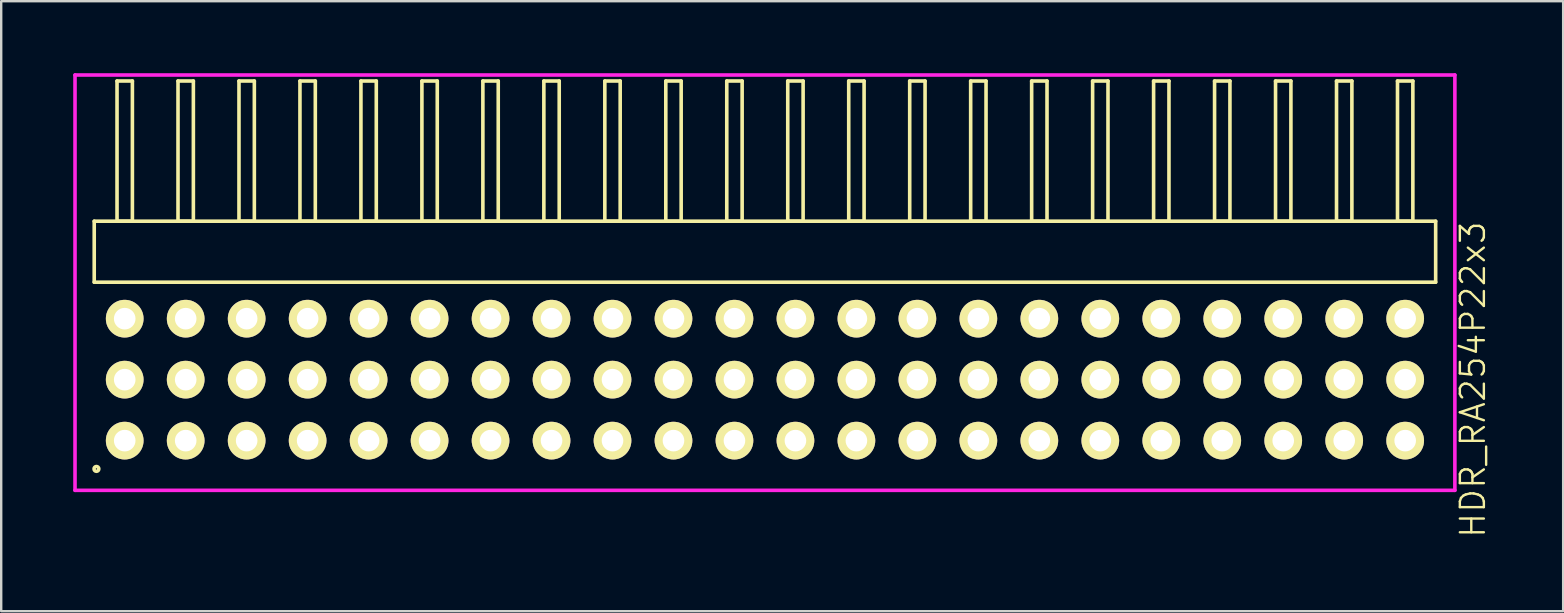
<source format=kicad_pcb>
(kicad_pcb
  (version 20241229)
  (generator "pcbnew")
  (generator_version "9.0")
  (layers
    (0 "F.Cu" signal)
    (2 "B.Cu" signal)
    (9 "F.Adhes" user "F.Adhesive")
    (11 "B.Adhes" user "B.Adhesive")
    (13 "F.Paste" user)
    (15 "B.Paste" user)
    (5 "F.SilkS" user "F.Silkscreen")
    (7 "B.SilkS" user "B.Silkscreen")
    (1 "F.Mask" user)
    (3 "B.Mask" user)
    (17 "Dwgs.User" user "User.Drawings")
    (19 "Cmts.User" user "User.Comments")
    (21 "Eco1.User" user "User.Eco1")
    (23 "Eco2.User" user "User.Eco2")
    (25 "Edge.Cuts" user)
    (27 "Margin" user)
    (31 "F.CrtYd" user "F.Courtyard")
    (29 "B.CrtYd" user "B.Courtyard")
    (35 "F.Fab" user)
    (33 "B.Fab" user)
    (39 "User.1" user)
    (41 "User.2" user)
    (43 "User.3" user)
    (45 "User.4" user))
  (footprint "HDR_RA254P22x3"
    (layer "F.Cu")
    (at 28.815 12.765)
    (property "Reference" "HDR_RA254P22x3" (at 29.49 0 90) (layer "F.SilkS") (effects (font (size 1 1) (thickness 0.1))))
    (attr through_hole)
    (fp_line (start -27.94 -6.6) (end -27.94 -4.06) (stroke (width 0.15) (type solid)) (layer "F.SilkS"))
    (fp_line (start -27.94 -4.06) (end 27.94 -4.06) (stroke (width 0.15) (type solid)) (layer "F.SilkS"))
    (fp_line (start -26.99 -12.44) (end -26.99 -6.6) (stroke (width 0.15) (type solid)) (layer "F.SilkS"))
    (fp_line (start -26.99 -6.6) (end -26.35 -6.6) (stroke (width 0.15) (type solid)) (layer "F.SilkS"))
    (fp_line (start -26.35 -12.44) (end -26.99 -12.44) (stroke (width 0.15) (type solid)) (layer "F.SilkS"))
    (fp_line (start -26.35 -6.6) (end -26.35 -12.44) (stroke (width 0.15) (type solid)) (layer "F.SilkS"))
    (fp_line (start -24.45 -12.44) (end -24.45 -6.6) (stroke (width 0.15) (type solid)) (layer "F.SilkS"))
    (fp_line (start -24.45 -6.6) (end -23.81 -6.6) (stroke (width 0.15) (type solid)) (layer "F.SilkS"))
    (fp_line (start -23.81 -12.44) (end -24.45 -12.44) (stroke (width 0.15) (type solid)) (layer "F.SilkS"))
    (fp_line (start -23.81 -6.6) (end -23.81 -12.44) (stroke (width 0.15) (type solid)) (layer "F.SilkS"))
    (fp_line (start -21.91 -12.44) (end -21.91 -6.6) (stroke (width 0.15) (type solid)) (layer "F.SilkS"))
    (fp_line (start -21.91 -6.6) (end -21.27 -6.6) (stroke (width 0.15) (type solid)) (layer "F.SilkS"))
    (fp_line (start -21.27 -12.44) (end -21.91 -12.44) (stroke (width 0.15) (type solid)) (layer "F.SilkS"))
    (fp_line (start -21.27 -6.6) (end -21.27 -12.44) (stroke (width 0.15) (type solid)) (layer "F.SilkS"))
    (fp_line (start -19.37 -12.44) (end -19.37 -6.6) (stroke (width 0.15) (type solid)) (layer "F.SilkS"))
    (fp_line (start -19.37 -6.6) (end -18.73 -6.6) (stroke (width 0.15) (type solid)) (layer "F.SilkS"))
    (fp_line (start -18.73 -12.44) (end -19.37 -12.44) (stroke (width 0.15) (type solid)) (layer "F.SilkS"))
    (fp_line (start -18.73 -6.6) (end -18.73 -12.44) (stroke (width 0.15) (type solid)) (layer "F.SilkS"))
    (fp_line (start -16.83 -12.44) (end -16.83 -6.6) (stroke (width 0.15) (type solid)) (layer "F.SilkS"))
    (fp_line (start -16.83 -6.6) (end -16.19 -6.6) (stroke (width 0.15) (type solid)) (layer "F.SilkS"))
    (fp_line (start -16.19 -12.44) (end -16.83 -12.44) (stroke (width 0.15) (type solid)) (layer "F.SilkS"))
    (fp_line (start -16.19 -6.6) (end -16.19 -12.44) (stroke (width 0.15) (type solid)) (layer "F.SilkS"))
    (fp_line (start -14.29 -12.44) (end -14.29 -6.6) (stroke (width 0.15) (type solid)) (layer "F.SilkS"))
    (fp_line (start -14.29 -6.6) (end -13.65 -6.6) (stroke (width 0.15) (type solid)) (layer "F.SilkS"))
    (fp_line (start -13.65 -12.44) (end -14.29 -12.44) (stroke (width 0.15) (type solid)) (layer "F.SilkS"))
    (fp_line (start -13.65 -6.6) (end -13.65 -12.44) (stroke (width 0.15) (type solid)) (layer "F.SilkS"))
    (fp_line (start -11.75 -12.44) (end -11.75 -6.6) (stroke (width 0.15) (type solid)) (layer "F.SilkS"))
    (fp_line (start -11.75 -6.6) (end -11.11 -6.6) (stroke (width 0.15) (type solid)) (layer "F.SilkS"))
    (fp_line (start -11.11 -12.44) (end -11.75 -12.44) (stroke (width 0.15) (type solid)) (layer "F.SilkS"))
    (fp_line (start -11.11 -6.6) (end -11.11 -12.44) (stroke (width 0.15) (type solid)) (layer "F.SilkS"))
    (fp_line (start -9.21 -12.44) (end -9.21 -6.6) (stroke (width 0.15) (type solid)) (layer "F.SilkS"))
    (fp_line (start -9.21 -6.6) (end -8.57 -6.6) (stroke (width 0.15) (type solid)) (layer "F.SilkS"))
    (fp_line (start -8.57 -12.44) (end -9.21 -12.44) (stroke (width 0.15) (type solid)) (layer "F.SilkS"))
    (fp_line (start -8.57 -6.6) (end -8.57 -12.44) (stroke (width 0.15) (type solid)) (layer "F.SilkS"))
    (fp_line (start -6.67 -12.44) (end -6.67 -6.6) (stroke (width 0.15) (type solid)) (layer "F.SilkS"))
    (fp_line (start -6.67 -6.6) (end -6.03 -6.6) (stroke (width 0.15) (type solid)) (layer "F.SilkS"))
    (fp_line (start -6.03 -12.44) (end -6.67 -12.44) (stroke (width 0.15) (type solid)) (layer "F.SilkS"))
    (fp_line (start -6.03 -6.6) (end -6.03 -12.44) (stroke (width 0.15) (type solid)) (layer "F.SilkS"))
    (fp_line (start -4.13 -12.44) (end -4.13 -6.6) (stroke (width 0.15) (type solid)) (layer "F.SilkS"))
    (fp_line (start -4.13 -6.6) (end -3.49 -6.6) (stroke (width 0.15) (type solid)) (layer "F.SilkS"))
    (fp_line (start -3.49 -12.44) (end -4.13 -12.44) (stroke (width 0.15) (type solid)) (layer "F.SilkS"))
    (fp_line (start -3.49 -6.6) (end -3.49 -12.44) (stroke (width 0.15) (type solid)) (layer "F.SilkS"))
    (fp_line (start -1.59 -12.44) (end -1.59 -6.6) (stroke (width 0.15) (type solid)) (layer "F.SilkS"))
    (fp_line (start -1.59 -6.6) (end -0.95 -6.6) (stroke (width 0.15) (type solid)) (layer "F.SilkS"))
    (fp_line (start -0.95 -12.44) (end -1.59 -12.44) (stroke (width 0.15) (type solid)) (layer "F.SilkS"))
    (fp_line (start -0.95 -6.6) (end -0.95 -12.44) (stroke (width 0.15) (type solid)) (layer "F.SilkS"))
    (fp_line (start 0.95 -12.44) (end 0.95 -6.6) (stroke (width 0.15) (type solid)) (layer "F.SilkS"))
    (fp_line (start 0.95 -6.6) (end 1.59 -6.6) (stroke (width 0.15) (type solid)) (layer "F.SilkS"))
    (fp_line (start 1.59 -12.44) (end 0.95 -12.44) (stroke (width 0.15) (type solid)) (layer "F.SilkS"))
    (fp_line (start 1.59 -6.6) (end 1.59 -12.44) (stroke (width 0.15) (type solid)) (layer "F.SilkS"))
    (fp_line (start 3.49 -12.44) (end 3.49 -6.6) (stroke (width 0.15) (type solid)) (layer "F.SilkS"))
    (fp_line (start 3.49 -6.6) (end 4.13 -6.6) (stroke (width 0.15) (type solid)) (layer "F.SilkS"))
    (fp_line (start 4.13 -12.44) (end 3.49 -12.44) (stroke (width 0.15) (type solid)) (layer "F.SilkS"))
    (fp_line (start 4.13 -6.6) (end 4.13 -12.44) (stroke (width 0.15) (type solid)) (layer "F.SilkS"))
    (fp_line (start 6.03 -12.44) (end 6.03 -6.6) (stroke (width 0.15) (type solid)) (layer "F.SilkS"))
    (fp_line (start 6.03 -6.6) (end 6.67 -6.6) (stroke (width 0.15) (type solid)) (layer "F.SilkS"))
    (fp_line (start 6.67 -12.44) (end 6.03 -12.44) (stroke (width 0.15) (type solid)) (layer "F.SilkS"))
    (fp_line (start 6.67 -6.6) (end 6.67 -12.44) (stroke (width 0.15) (type solid)) (layer "F.SilkS"))
    (fp_line (start 8.57 -12.44) (end 8.57 -6.6) (stroke (width 0.15) (type solid)) (layer "F.SilkS"))
    (fp_line (start 8.57 -6.6) (end 9.21 -6.6) (stroke (width 0.15) (type solid)) (layer "F.SilkS"))
    (fp_line (start 9.21 -12.44) (end 8.57 -12.44) (stroke (width 0.15) (type solid)) (layer "F.SilkS"))
    (fp_line (start 9.21 -6.6) (end 9.21 -12.44) (stroke (width 0.15) (type solid)) (layer "F.SilkS"))
    (fp_line (start 11.11 -12.44) (end 11.11 -6.6) (stroke (width 0.15) (type solid)) (layer "F.SilkS"))
    (fp_line (start 11.11 -6.6) (end 11.75 -6.6) (stroke (width 0.15) (type solid)) (layer "F.SilkS"))
    (fp_line (start 11.75 -12.44) (end 11.11 -12.44) (stroke (width 0.15) (type solid)) (layer "F.SilkS"))
    (fp_line (start 11.75 -6.6) (end 11.75 -12.44) (stroke (width 0.15) (type solid)) (layer "F.SilkS"))
    (fp_line (start 13.65 -12.44) (end 13.65 -6.6) (stroke (width 0.15) (type solid)) (layer "F.SilkS"))
    (fp_line (start 13.65 -6.6) (end 14.29 -6.6) (stroke (width 0.15) (type solid)) (layer "F.SilkS"))
    (fp_line (start 14.29 -12.44) (end 13.65 -12.44) (stroke (width 0.15) (type solid)) (layer "F.SilkS"))
    (fp_line (start 14.29 -6.6) (end 14.29 -12.44) (stroke (width 0.15) (type solid)) (layer "F.SilkS"))
    (fp_line (start 16.19 -12.44) (end 16.19 -6.6) (stroke (width 0.15) (type solid)) (layer "F.SilkS"))
    (fp_line (start 16.19 -6.6) (end 16.83 -6.6) (stroke (width 0.15) (type solid)) (layer "F.SilkS"))
    (fp_line (start 16.83 -12.44) (end 16.19 -12.44) (stroke (width 0.15) (type solid)) (layer "F.SilkS"))
    (fp_line (start 16.83 -6.6) (end 16.83 -12.44) (stroke (width 0.15) (type solid)) (layer "F.SilkS"))
    (fp_line (start 18.73 -12.44) (end 18.73 -6.6) (stroke (width 0.15) (type solid)) (layer "F.SilkS"))
    (fp_line (start 18.73 -6.6) (end 19.37 -6.6) (stroke (width 0.15) (type solid)) (layer "F.SilkS"))
    (fp_line (start 19.37 -12.44) (end 18.73 -12.44) (stroke (width 0.15) (type solid)) (layer "F.SilkS"))
    (fp_line (start 19.37 -6.6) (end 19.37 -12.44) (stroke (width 0.15) (type solid)) (layer "F.SilkS"))
    (fp_line (start 21.27 -12.44) (end 21.27 -6.6) (stroke (width 0.15) (type solid)) (layer "F.SilkS"))
    (fp_line (start 21.27 -6.6) (end 21.91 -6.6) (stroke (width 0.15) (type solid)) (layer "F.SilkS"))
    (fp_line (start 21.91 -12.44) (end 21.27 -12.44) (stroke (width 0.15) (type solid)) (layer "F.SilkS"))
    (fp_line (start 21.91 -6.6) (end 21.91 -12.44) (stroke (width 0.15) (type solid)) (layer "F.SilkS"))
    (fp_line (start 23.81 -12.44) (end 23.81 -6.6) (stroke (width 0.15) (type solid)) (layer "F.SilkS"))
    (fp_line (start 23.81 -6.6) (end 24.45 -6.6) (stroke (width 0.15) (type solid)) (layer "F.SilkS"))
    (fp_line (start 24.45 -12.44) (end 23.81 -12.44) (stroke (width 0.15) (type solid)) (layer "F.SilkS"))
    (fp_line (start 24.45 -6.6) (end 24.45 -12.44) (stroke (width 0.15) (type solid)) (layer "F.SilkS"))
    (fp_line (start 26.35 -12.44) (end 26.35 -6.6) (stroke (width 0.15) (type solid)) (layer "F.SilkS"))
    (fp_line (start 26.35 -6.6) (end 26.99 -6.6) (stroke (width 0.15) (type solid)) (layer "F.SilkS"))
    (fp_line (start 26.99 -12.44) (end 26.35 -12.44) (stroke (width 0.15) (type solid)) (layer "F.SilkS"))
    (fp_line (start 26.99 -6.6) (end 26.99 -12.44) (stroke (width 0.15) (type solid)) (layer "F.SilkS"))
    (fp_line (start 27.94 -6.6) (end -27.94 -6.6) (stroke (width 0.15) (type solid)) (layer "F.SilkS"))
    (fp_line (start 27.94 -4.06) (end 27.94 -6.6) (stroke (width 0.15) (type solid)) (layer "F.SilkS"))
    (fp_circle (center -27.848 3.718) (end -27.748 3.718) (stroke (width 0.15) (type solid)) (fill no) (layer "F.SilkS"))
    (fp_line (start -28.74 -12.69) (end -28.74 4.61) (stroke (width 0.15) (type solid)) (layer "F.CrtYd"))
    (fp_line (start -28.74 4.61) (end 28.74 4.61) (stroke (width 0.15) (type solid)) (layer "F.CrtYd"))
    (fp_line (start 28.74 -12.69) (end -28.74 -12.69) (stroke (width 0.15) (type solid)) (layer "F.CrtYd"))
    (fp_line (start 28.74 4.61) (end 28.74 -12.69) (stroke (width 0.15) (type solid)) (layer "F.CrtYd"))
    (pad "1" thru_hole oval (at -26.67 2.54) (size 1.57 1.57) (drill 0.9) (layers "*.Cu" "*.Mask" "F.SilkS"))
    (pad "2" thru_hole oval (at -26.67 0) (size 1.57 1.57) (drill 0.9) (layers "*.Cu" "*.Mask" "F.SilkS"))
    (pad "3" thru_hole oval (at -26.67 -2.54) (size 1.57 1.57) (drill 0.9) (layers "*.Cu" "*.Mask" "F.SilkS"))
    (pad "4" thru_hole oval (at -24.13 2.54) (size 1.57 1.57) (drill 0.9) (layers "*.Cu" "*.Mask" "F.SilkS"))
    (pad "5" thru_hole oval (at -24.13 0) (size 1.57 1.57) (drill 0.9) (layers "*.Cu" "*.Mask" "F.SilkS"))
    (pad "6" thru_hole oval (at -24.13 -2.54) (size 1.57 1.57) (drill 0.9) (layers "*.Cu" "*.Mask" "F.SilkS"))
    (pad "7" thru_hole oval (at -21.59 2.54) (size 1.57 1.57) (drill 0.9) (layers "*.Cu" "*.Mask" "F.SilkS"))
    (pad "8" thru_hole oval (at -21.59 0) (size 1.57 1.57) (drill 0.9) (layers "*.Cu" "*.Mask" "F.SilkS"))
    (pad "9" thru_hole oval (at -21.59 -2.54) (size 1.57 1.57) (drill 0.9) (layers "*.Cu" "*.Mask" "F.SilkS"))
    (pad "10" thru_hole oval (at -19.05 2.54) (size 1.57 1.57) (drill 0.9) (layers "*.Cu" "*.Mask" "F.SilkS"))
    (pad "11" thru_hole oval (at -19.05 0) (size 1.57 1.57) (drill 0.9) (layers "*.Cu" "*.Mask" "F.SilkS"))
    (pad "12" thru_hole oval (at -19.05 -2.54) (size 1.57 1.57) (drill 0.9) (layers "*.Cu" "*.Mask" "F.SilkS"))
    (pad "13" thru_hole oval (at -16.51 2.54) (size 1.57 1.57) (drill 0.9) (layers "*.Cu" "*.Mask" "F.SilkS"))
    (pad "14" thru_hole oval (at -16.51 0) (size 1.57 1.57) (drill 0.9) (layers "*.Cu" "*.Mask" "F.SilkS"))
    (pad "15" thru_hole oval (at -16.51 -2.54) (size 1.57 1.57) (drill 0.9) (layers "*.Cu" "*.Mask" "F.SilkS"))
    (pad "16" thru_hole oval (at -13.97 2.54) (size 1.57 1.57) (drill 0.9) (layers "*.Cu" "*.Mask" "F.SilkS"))
    (pad "17" thru_hole oval (at -13.97 0) (size 1.57 1.57) (drill 0.9) (layers "*.Cu" "*.Mask" "F.SilkS"))
    (pad "18" thru_hole oval (at -13.97 -2.54) (size 1.57 1.57) (drill 0.9) (layers "*.Cu" "*.Mask" "F.SilkS"))
    (pad "19" thru_hole oval (at -11.43 2.54) (size 1.57 1.57) (drill 0.9) (layers "*.Cu" "*.Mask" "F.SilkS"))
    (pad "20" thru_hole oval (at -11.43 0) (size 1.57 1.57) (drill 0.9) (layers "*.Cu" "*.Mask" "F.SilkS"))
    (pad "21" thru_hole oval (at -11.43 -2.54) (size 1.57 1.57) (drill 0.9) (layers "*.Cu" "*.Mask" "F.SilkS"))
    (pad "22" thru_hole oval (at -8.89 2.54) (size 1.57 1.57) (drill 0.9) (layers "*.Cu" "*.Mask" "F.SilkS"))
    (pad "23" thru_hole oval (at -8.89 0) (size 1.57 1.57) (drill 0.9) (layers "*.Cu" "*.Mask" "F.SilkS"))
    (pad "24" thru_hole oval (at -8.89 -2.54) (size 1.57 1.57) (drill 0.9) (layers "*.Cu" "*.Mask" "F.SilkS"))
    (pad "25" thru_hole oval (at -6.35 2.54) (size 1.57 1.57) (drill 0.9) (layers "*.Cu" "*.Mask" "F.SilkS"))
    (pad "26" thru_hole oval (at -6.35 0) (size 1.57 1.57) (drill 0.9) (layers "*.Cu" "*.Mask" "F.SilkS"))
    (pad "27" thru_hole oval (at -6.35 -2.54) (size 1.57 1.57) (drill 0.9) (layers "*.Cu" "*.Mask" "F.SilkS"))
    (pad "28" thru_hole oval (at -3.81 2.54) (size 1.57 1.57) (drill 0.9) (layers "*.Cu" "*.Mask" "F.SilkS"))
    (pad "29" thru_hole oval (at -3.81 0) (size 1.57 1.57) (drill 0.9) (layers "*.Cu" "*.Mask" "F.SilkS"))
    (pad "30" thru_hole oval (at -3.81 -2.54) (size 1.57 1.57) (drill 0.9) (layers "*.Cu" "*.Mask" "F.SilkS"))
    (pad "31" thru_hole oval (at -1.27 2.54) (size 1.57 1.57) (drill 0.9) (layers "*.Cu" "*.Mask" "F.SilkS"))
    (pad "32" thru_hole oval (at -1.27 0) (size 1.57 1.57) (drill 0.9) (layers "*.Cu" "*.Mask" "F.SilkS"))
    (pad "33" thru_hole oval (at -1.27 -2.54) (size 1.57 1.57) (drill 0.9) (layers "*.Cu" "*.Mask" "F.SilkS"))
    (pad "34" thru_hole oval (at 1.27 2.54) (size 1.57 1.57) (drill 0.9) (layers "*.Cu" "*.Mask" "F.SilkS"))
    (pad "35" thru_hole oval (at 1.27 0) (size 1.57 1.57) (drill 0.9) (layers "*.Cu" "*.Mask" "F.SilkS"))
    (pad "36" thru_hole oval (at 1.27 -2.54) (size 1.57 1.57) (drill 0.9) (layers "*.Cu" "*.Mask" "F.SilkS"))
    (pad "37" thru_hole oval (at 3.81 2.54) (size 1.57 1.57) (drill 0.9) (layers "*.Cu" "*.Mask" "F.SilkS"))
    (pad "38" thru_hole oval (at 3.81 0) (size 1.57 1.57) (drill 0.9) (layers "*.Cu" "*.Mask" "F.SilkS"))
    (pad "39" thru_hole oval (at 3.81 -2.54) (size 1.57 1.57) (drill 0.9) (layers "*.Cu" "*.Mask" "F.SilkS"))
    (pad "40" thru_hole oval (at 6.35 2.54) (size 1.57 1.57) (drill 0.9) (layers "*.Cu" "*.Mask" "F.SilkS"))
    (pad "41" thru_hole oval (at 6.35 0) (size 1.57 1.57) (drill 0.9) (layers "*.Cu" "*.Mask" "F.SilkS"))
    (pad "42" thru_hole oval (at 6.35 -2.54) (size 1.57 1.57) (drill 0.9) (layers "*.Cu" "*.Mask" "F.SilkS"))
    (pad "43" thru_hole oval (at 8.89 2.54) (size 1.57 1.57) (drill 0.9) (layers "*.Cu" "*.Mask" "F.SilkS"))
    (pad "44" thru_hole oval (at 8.89 0) (size 1.57 1.57) (drill 0.9) (layers "*.Cu" "*.Mask" "F.SilkS"))
    (pad "45" thru_hole oval (at 8.89 -2.54) (size 1.57 1.57) (drill 0.9) (layers "*.Cu" "*.Mask" "F.SilkS"))
    (pad "46" thru_hole oval (at 11.43 2.54) (size 1.57 1.57) (drill 0.9) (layers "*.Cu" "*.Mask" "F.SilkS"))
    (pad "47" thru_hole oval (at 11.43 0) (size 1.57 1.57) (drill 0.9) (layers "*.Cu" "*.Mask" "F.SilkS"))
    (pad "48" thru_hole oval (at 11.43 -2.54) (size 1.57 1.57) (drill 0.9) (layers "*.Cu" "*.Mask" "F.SilkS"))
    (pad "49" thru_hole oval (at 13.97 2.54) (size 1.57 1.57) (drill 0.9) (layers "*.Cu" "*.Mask" "F.SilkS"))
    (pad "50" thru_hole oval (at 13.97 0) (size 1.57 1.57) (drill 0.9) (layers "*.Cu" "*.Mask" "F.SilkS"))
    (pad "51" thru_hole oval (at 13.97 -2.54) (size 1.57 1.57) (drill 0.9) (layers "*.Cu" "*.Mask" "F.SilkS"))
    (pad "52" thru_hole oval (at 16.51 2.54) (size 1.57 1.57) (drill 0.9) (layers "*.Cu" "*.Mask" "F.SilkS"))
    (pad "53" thru_hole oval (at 16.51 0) (size 1.57 1.57) (drill 0.9) (layers "*.Cu" "*.Mask" "F.SilkS"))
    (pad "54" thru_hole oval (at 16.51 -2.54) (size 1.57 1.57) (drill 0.9) (layers "*.Cu" "*.Mask" "F.SilkS"))
    (pad "55" thru_hole oval (at 19.05 2.54) (size 1.57 1.57) (drill 0.9) (layers "*.Cu" "*.Mask" "F.SilkS"))
    (pad "56" thru_hole oval (at 19.05 0) (size 1.57 1.57) (drill 0.9) (layers "*.Cu" "*.Mask" "F.SilkS"))
    (pad "57" thru_hole oval (at 19.05 -2.54) (size 1.57 1.57) (drill 0.9) (layers "*.Cu" "*.Mask" "F.SilkS"))
    (pad "58" thru_hole oval (at 21.59 2.54) (size 1.57 1.57) (drill 0.9) (layers "*.Cu" "*.Mask" "F.SilkS"))
    (pad "59" thru_hole oval (at 21.59 0) (size 1.57 1.57) (drill 0.9) (layers "*.Cu" "*.Mask" "F.SilkS"))
    (pad "60" thru_hole oval (at 21.59 -2.54) (size 1.57 1.57) (drill 0.9) (layers "*.Cu" "*.Mask" "F.SilkS"))
    (pad "61" thru_hole oval (at 24.13 2.54) (size 1.57 1.57) (drill 0.9) (layers "*.Cu" "*.Mask" "F.SilkS"))
    (pad "62" thru_hole oval (at 24.13 0) (size 1.57 1.57) (drill 0.9) (layers "*.Cu" "*.Mask" "F.SilkS"))
    (pad "63" thru_hole oval (at 24.13 -2.54) (size 1.57 1.57) (drill 0.9) (layers "*.Cu" "*.Mask" "F.SilkS"))
    (pad "64" thru_hole oval (at 26.67 2.54) (size 1.57 1.57) (drill 0.9) (layers "*.Cu" "*.Mask" "F.SilkS"))
    (pad "65" thru_hole oval (at 26.67 0) (size 1.57 1.57) (drill 0.9) (layers "*.Cu" "*.Mask" "F.SilkS"))
    (pad "66" thru_hole oval (at 26.67 -2.54) (size 1.57 1.57) (drill 0.9) (layers "*.Cu" "*.Mask" "F.SilkS")))
  (gr_rect
    (start -3 -3)
    (end 62.066 22.41)
    (stroke (width 0.1) (type default))
    (fill no)
    (layer "Edge.Cuts")))
</source>
